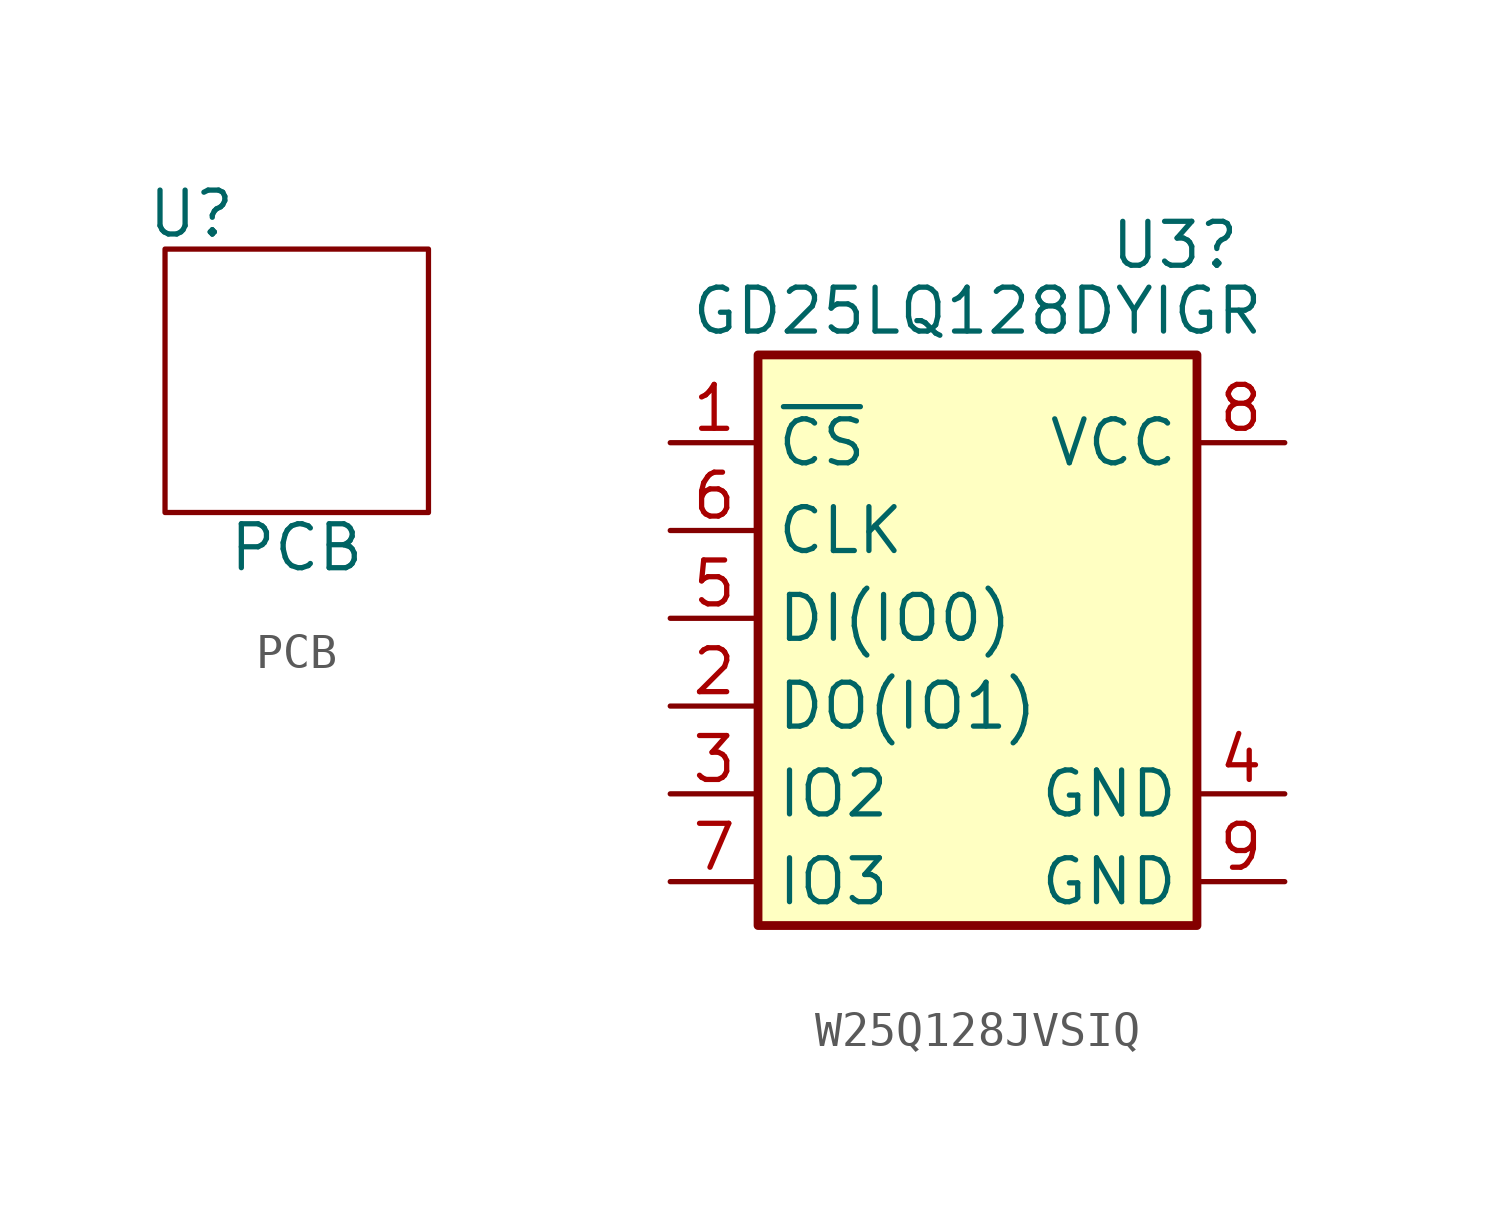
<source format=kicad_sym>
(kicad_symbol_lib
  (version 20231120)
  (generator "kicad_symbol_editor")
  (generator_version "8.0")
  (symbol "PCB"
    (property "Reference" "U"
      (at -3.048 4.826 0)
      (effects (font (size 1.27 1.27))))
    (property "Value" "PCB"
      (at 0 -4.826 0)
      (effects (font (size 1.27 1.27))))
    (symbol "PCB_0_1"
      (rectangle (start -3.81 3.81) (end 3.81 -3.81) (stroke (width 0) (type default)) (fill (type none)))))
  (symbol "W25Q128JVSIQ"
    (property "Reference" "U3"
      (at 1.905 10.795 0)
      (effects (font (size 1.27 1.27))))
    (property "Value" "GD25LQ128DYIGR"
      (at -3.81 8.89 0)
      (effects (font (size 1.27 1.27))))
    (symbol "W25Q128JVSIQ_0_1"
      (rectangle (start -10.16 7.62) (end 2.54 -8.89) (stroke (width 0.254) (type default)) (fill (type background))))
    (symbol "W25Q128JVSIQ_1_1"
      (pin input line (at -12.7 5.08 0) (length 2.54) (name "~{CS}" (effects (font (size 1.27 1.27)))) (number "1" (effects (font (size 1.27 1.27)))))
      (pin bidirectional line (at -12.7 -2.54 0) (length 2.54) (name "DO(IO1)" (effects (font (size 1.27 1.27)))) (number "2" (effects (font (size 1.27 1.27)))))
      (pin bidirectional line (at -12.7 -5.08 0) (length 2.54) (name "IO2" (effects (font (size 1.27 1.27)))) (number "3" (effects (font (size 1.27 1.27)))))
      (pin power_in line (at 5.08 -5.08 180) (length 2.54) (name "GND" (effects (font (size 1.27 1.27)))) (number "4" (effects (font (size 1.27 1.27)))))
      (pin bidirectional line (at -12.7 0 0) (length 2.54) (name "DI(IO0)" (effects (font (size 1.27 1.27)))) (number "5" (effects (font (size 1.27 1.27)))))
      (pin input line (at -12.7 2.54 0) (length 2.54) (name "CLK" (effects (font (size 1.27 1.27)))) (number "6" (effects (font (size 1.27 1.27)))))
      (pin bidirectional line (at -12.7 -7.62 0) (length 2.54) (name "IO3" (effects (font (size 1.27 1.27)))) (number "7" (effects (font (size 1.27 1.27)))))
      (pin power_in line (at 5.08 5.08 180) (length 2.54) (name "VCC" (effects (font (size 1.27 1.27)))) (number "8" (effects (font (size 1.27 1.27)))))
      (pin power_in line (at 5.08 -7.62 180) (length 2.54) (name "GND" (effects (font (size 1.27 1.27)))) (number "9" (effects (font (size 1.27 1.27))))))))
</source>
